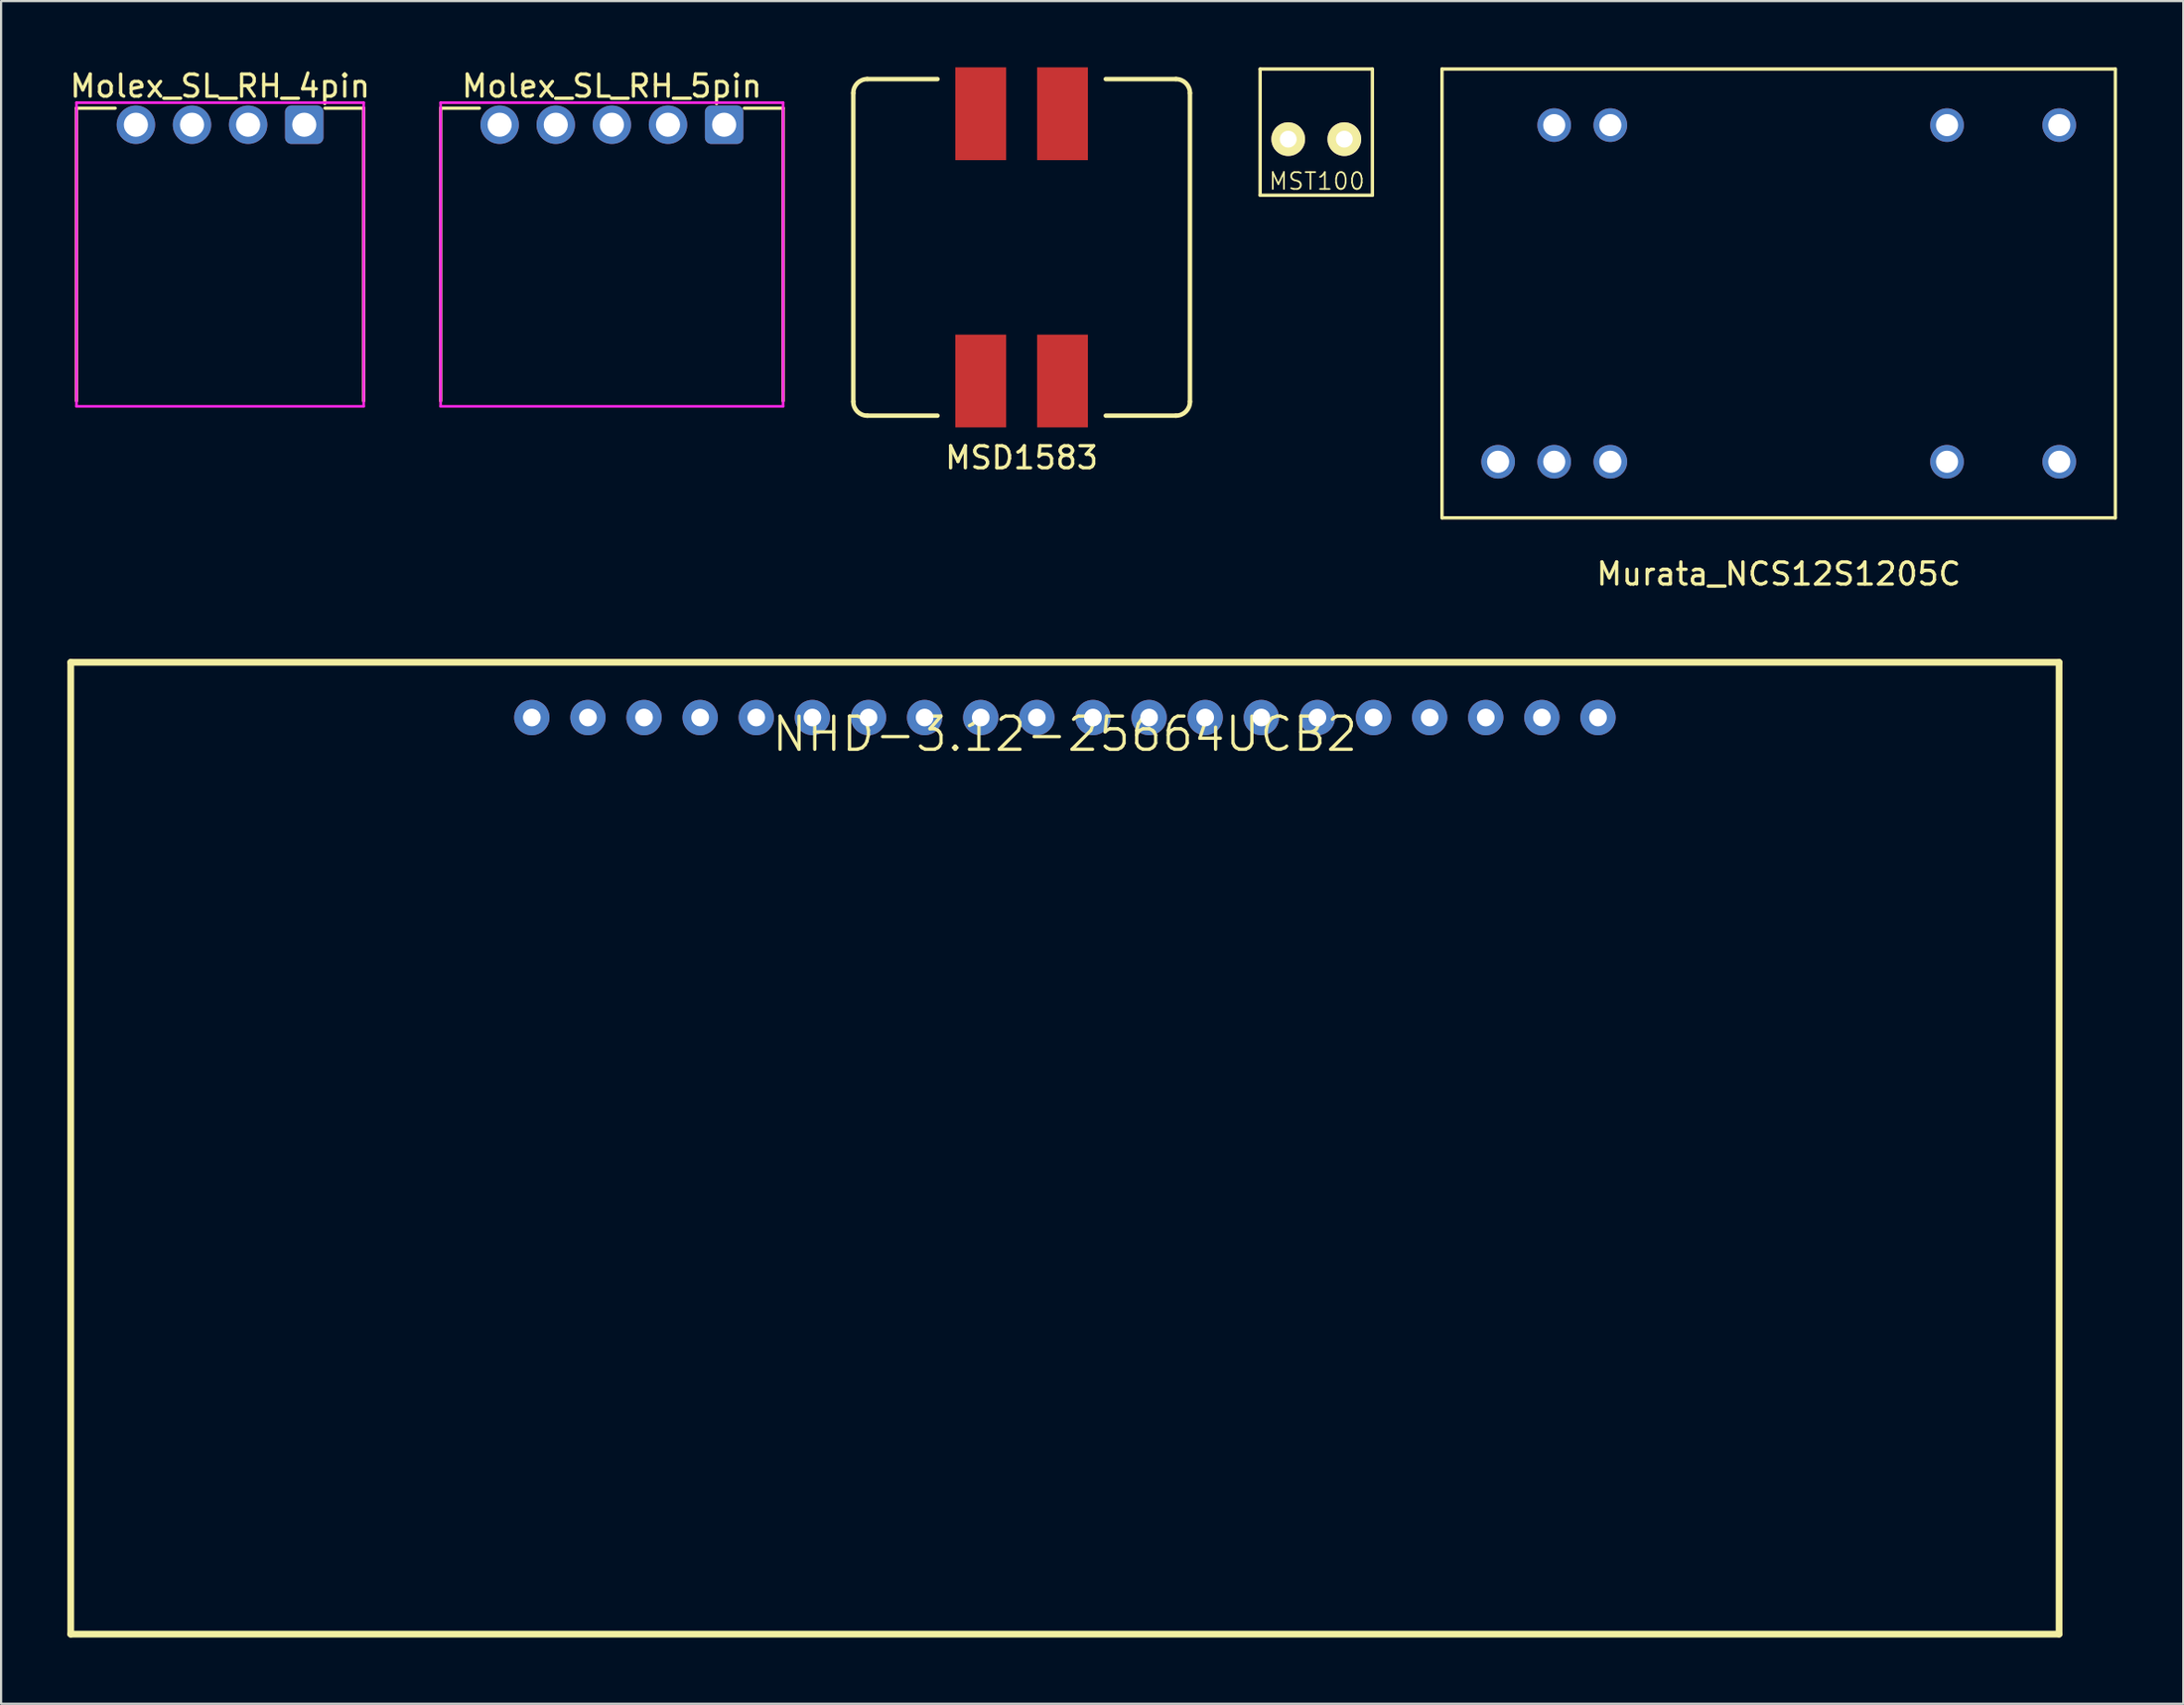
<source format=kicad_pcb>
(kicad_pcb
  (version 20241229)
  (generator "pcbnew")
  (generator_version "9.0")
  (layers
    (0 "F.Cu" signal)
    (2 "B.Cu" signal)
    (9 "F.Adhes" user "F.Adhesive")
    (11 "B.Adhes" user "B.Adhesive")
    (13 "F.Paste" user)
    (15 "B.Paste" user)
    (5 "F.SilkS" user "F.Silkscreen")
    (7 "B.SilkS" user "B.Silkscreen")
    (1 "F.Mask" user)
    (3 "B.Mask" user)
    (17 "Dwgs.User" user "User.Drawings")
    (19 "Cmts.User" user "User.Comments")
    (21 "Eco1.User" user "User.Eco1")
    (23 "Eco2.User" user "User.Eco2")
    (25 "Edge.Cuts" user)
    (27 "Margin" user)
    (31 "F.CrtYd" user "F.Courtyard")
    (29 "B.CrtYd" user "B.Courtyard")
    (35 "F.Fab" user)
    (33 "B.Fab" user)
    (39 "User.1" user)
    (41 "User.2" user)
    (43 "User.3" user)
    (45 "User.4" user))
  (footprint "Murata_NCS12S1205C"
    (layer "F.Cu")
    (at 77.46 10.235)
    (property "Reference" "Murata_NCS12S1205C" (at 0 12.7 0) (layer "F.SilkS") (effects (font (size 1 1) (thickness 0.15))))
    (attr through_hole)
    (fp_line (start -15.24 -10.16) (end -15.24 10.16) (stroke (width 0.15) (type solid)) (layer "F.SilkS"))
    (fp_line (start -15.24 10.16) (end 15.24 10.16) (stroke (width 0.15) (type solid)) (layer "F.SilkS"))
    (fp_line (start 15.24 -10.16) (end -15.24 -10.16) (stroke (width 0.15) (type solid)) (layer "F.SilkS"))
    (fp_line (start 15.24 10.16) (end 15.24 -10.16) (stroke (width 0.15) (type solid)) (layer "F.SilkS"))
    (pad "1" thru_hole circle (at -12.7 7.62) (size 1.524 1.524) (drill 1) (layers "*.Cu" "*.Mask"))
    (pad "2" thru_hole circle (at -10.16 7.62) (size 1.524 1.524) (drill 1) (layers "*.Cu" "*.Mask"))
    (pad "3" thru_hole circle (at -7.62 7.62) (size 1.524 1.524) (drill 1) (layers "*.Cu" "*.Mask"))
    (pad "9" thru_hole circle (at 7.62 7.62) (size 1.524 1.524) (drill 1) (layers "*.Cu" "*.Mask"))
    (pad "11" thru_hole circle (at 12.7 7.62) (size 1.524 1.524) (drill 1) (layers "*.Cu" "*.Mask"))
    (pad "14" thru_hole circle (at 12.7 -7.62) (size 1.524 1.524) (drill 1) (layers "*.Cu" "*.Mask"))
    (pad "16" thru_hole circle (at 7.62 -7.62) (size 1.524 1.524) (drill 1) (layers "*.Cu" "*.Mask"))
    (pad "22" thru_hole circle (at -7.62 -7.62) (size 1.524 1.524) (drill 1) (layers "*.Cu" "*.Mask"))
    (pad "23" thru_hole circle (at -10.16 -7.62) (size 1.524 1.524) (drill 1) (layers "*.Cu" "*.Mask")))
  (footprint "MSD1583"
    (layer "F.Cu")
    (at 43.193 8.15)
    (property "Reference" "MSD1583" (at 0 9.525 0) (layer "F.SilkS") (effects (font (size 1 1) (thickness 0.15))))
    (attr through_hole)
    (fp_line (start -7.62 -6.985) (end -7.62 6.985) (stroke (width 0.203) (type solid)) (layer "F.SilkS"))
    (fp_line (start -6.985 7.62) (end -3.81 7.62) (stroke (width 0.203) (type solid)) (layer "F.SilkS"))
    (fp_line (start -3.81 -7.62) (end -6.985 -7.62) (stroke (width 0.203) (type solid)) (layer "F.SilkS"))
    (fp_line (start 3.81 7.62) (end 6.985 7.62) (stroke (width 0.203) (type solid)) (layer "F.SilkS"))
    (fp_line (start 6.985 -7.62) (end 3.81 -7.62) (stroke (width 0.203) (type solid)) (layer "F.SilkS"))
    (fp_line (start 7.62 -6.985) (end 7.62 6.985) (stroke (width 0.203) (type solid)) (layer "F.SilkS"))
    (fp_arc (start -7.62 -6.985) (mid -7.434013 -7.434013) (end -6.985 -7.62) (stroke (width 0.2032) (type solid)) (layer "F.SilkS"))
    (fp_arc (start -6.985 7.62) (mid -7.434013 7.434013) (end -7.62 6.985) (stroke (width 0.2032) (type solid)) (layer "F.SilkS"))
    (fp_arc (start 6.985 -7.62) (mid 7.434013 -7.434013) (end 7.62 -6.985) (stroke (width 0.2032) (type solid)) (layer "F.SilkS"))
    (fp_arc (start 7.62 6.985) (mid 7.434013 7.434013) (end 6.985 7.62) (stroke (width 0.2032) (type solid)) (layer "F.SilkS"))
    (pad "1" smd rect (at 1.85 -6.05) (size 2.3 4.2) (layers "F.Cu" "F.Mask" "F.Paste"))
    (pad "2" smd rect (at -1.85 -6.05) (size 2.3 4.2) (layers "F.Cu" "F.Mask" "F.Paste"))
    (pad "3" smd rect (at -1.85 6.05) (size 2.3 4.2) (layers "F.Cu" "F.Mask" "F.Paste"))
    (pad "4" smd rect (at 1.85 6.05) (size 2.3 4.2) (layers "F.Cu" "F.Mask" "F.Paste")))
  (footprint "MST100"
    (layer "F.Cu")
    (at 56.53 3.25)
    (property "Reference" "MST100" (at 0.025 1.905 0) (layer "F.SilkS") (effects (font (size 0.762 0.762) (thickness 0.076))))
    (attr through_hole)
    (fp_line (start -2.54 -3.175) (end 2.54 -3.175) (stroke (width 0.15) (type solid)) (layer "F.SilkS"))
    (fp_line (start -2.54 2.54) (end -2.54 -3.175) (stroke (width 0.15) (type solid)) (layer "F.SilkS"))
    (fp_line (start 2.54 -3.175) (end 2.54 2.54) (stroke (width 0.15) (type solid)) (layer "F.SilkS"))
    (fp_line (start 2.54 2.54) (end -2.54 2.54) (stroke (width 0.15) (type solid)) (layer "F.SilkS"))
    (pad "1" thru_hole circle (at 1.27 0) (size 1.524 1.524) (drill 0.762) (layers "*.Cu" "*.Mask" "F.SilkS"))
    (pad "2" thru_hole circle (at -1.27 0) (size 1.524 1.524) (drill 0.762) (layers "*.Cu" "*.Mask" "F.SilkS")))
  (footprint "Molex_SL_RH_5pin"
    (layer "F.Cu")
    (at 24.646 2.598)
    (property "Reference" "Molex_SL_RH_5pin" (at 0 -1.75 0) (layer "F.SilkS") (effects (font (size 1 1) (thickness 0.15))))
    (attr through_hole)
    (fp_line (start -7.75 -0.75) (end -7.75 12.5) (stroke (width 0.15) (type solid)) (layer "F.SilkS"))
    (fp_line (start -6 -0.75) (end -7.75 -0.75) (stroke (width 0.15) (type solid)) (layer "F.SilkS"))
    (fp_line (start 6 -0.75) (end 7.75 -0.75) (stroke (width 0.15) (type solid)) (layer "F.SilkS"))
    (fp_line (start 7.75 -0.75) (end 7.75 12.5) (stroke (width 0.15) (type solid)) (layer "F.SilkS"))
    (fp_line (start -7.75 -1) (end -7.75 12.75) (stroke (width 0.12) (type solid)) (layer "F.CrtYd"))
    (fp_line (start -7.75 12.75) (end 7.75 12.75) (stroke (width 0.12) (type solid)) (layer "F.CrtYd"))
    (fp_line (start 7.75 -1) (end -7.75 -1) (stroke (width 0.12) (type solid)) (layer "F.CrtYd"))
    (fp_line (start 7.75 12.75) (end 7.75 -1) (stroke (width 0.12) (type solid)) (layer "F.CrtYd"))
    (pad "1" thru_hole roundrect (at 5.08 0) (size 1.74 1.74) (drill 1.09) (layers "*.Cu" "*.Mask") (roundrect_rratio 0.164))
    (pad "2" thru_hole circle (at 2.54 0) (size 1.74 1.74) (drill 1.09) (layers "*.Cu" "*.Mask"))
    (pad "3" thru_hole circle (at 0 0) (size 1.74 1.74) (drill 1.09) (layers "*.Cu" "*.Mask"))
    (pad "4" thru_hole circle (at -2.54 0) (size 1.74 1.74) (drill 1.09) (layers "*.Cu" "*.Mask"))
    (pad "5" thru_hole circle (at -5.08 0) (size 1.74 1.74) (drill 1.09) (layers "*.Cu" "*.Mask")))
  (footprint "NHD-3.12-25664UCB2"
    (layer "F.Cu")
    (at 45.152 29.436)
    (property "Reference" "NHD-3.12-25664UCB2" (at 0 0.75 0) (layer "F.SilkS") (effects (font (size 1.5 1.5) (thickness 0.15))))
    (attr through_hole)
    (fp_line (start -45 -2.5) (end 45 -2.5) (stroke (width 0.305) (type solid)) (layer "F.SilkS"))
    (fp_line (start -45 41.5) (end -45 -2.5) (stroke (width 0.305) (type solid)) (layer "F.SilkS"))
    (fp_line (start 45 -2.5) (end 45 41.5) (stroke (width 0.305) (type solid)) (layer "F.SilkS"))
    (fp_line (start 45 41.5) (end -45 41.5) (stroke (width 0.305) (type solid)) (layer "F.SilkS"))
    (pad "1" thru_hole circle (at 24.13 0) (size 1.6 1.6) (drill 0.8) (layers "*.Cu" "*.Mask"))
    (pad "2" thru_hole circle (at 21.59 0) (size 1.6 1.6) (drill 0.8) (layers "*.Cu" "*.Mask"))
    (pad "3" thru_hole circle (at 19.05 0) (size 1.6 1.6) (drill 0.8) (layers "*.Cu" "*.Mask"))
    (pad "4" thru_hole circle (at 16.51 0) (size 1.6 1.6) (drill 0.8) (layers "*.Cu" "*.Mask"))
    (pad "5" thru_hole circle (at 13.97 0) (size 1.6 1.6) (drill 0.8) (layers "*.Cu" "*.Mask"))
    (pad "6" thru_hole circle (at 11.43 0) (size 1.6 1.6) (drill 0.8) (layers "*.Cu" "*.Mask"))
    (pad "7" thru_hole circle (at 8.89 0) (size 1.6 1.6) (drill 0.8) (layers "*.Cu" "*.Mask"))
    (pad "8" thru_hole circle (at 6.35 0) (size 1.6 1.6) (drill 0.8) (layers "*.Cu" "*.Mask"))
    (pad "9" thru_hole circle (at 3.81 0) (size 1.6 1.6) (drill 0.8) (layers "*.Cu" "*.Mask"))
    (pad "10" thru_hole circle (at 1.27 0) (size 1.6 1.6) (drill 0.8) (layers "*.Cu" "*.Mask"))
    (pad "11" thru_hole circle (at -1.27 0) (size 1.6 1.6) (drill 0.8) (layers "*.Cu" "*.Mask"))
    (pad "12" thru_hole circle (at -3.81 0) (size 1.6 1.6) (drill 0.8) (layers "*.Cu" "*.Mask"))
    (pad "13" thru_hole circle (at -6.35 0) (size 1.6 1.6) (drill 0.8) (layers "*.Cu" "*.Mask"))
    (pad "14" thru_hole circle (at -8.89 0) (size 1.6 1.6) (drill 0.8) (layers "*.Cu" "*.Mask"))
    (pad "15" thru_hole circle (at -11.43 0) (size 1.6 1.6) (drill 0.8) (layers "*.Cu" "*.Mask"))
    (pad "16" thru_hole circle (at -13.97 0) (size 1.6 1.6) (drill 0.8) (layers "*.Cu" "*.Mask"))
    (pad "17" thru_hole circle (at -16.51 0) (size 1.6 1.6) (drill 0.8) (layers "*.Cu" "*.Mask"))
    (pad "18" thru_hole circle (at -19.05 0) (size 1.6 1.6) (drill 0.8) (layers "*.Cu" "*.Mask"))
    (pad "19" thru_hole circle (at -21.59 0) (size 1.6 1.6) (drill 0.8) (layers "*.Cu" "*.Mask"))
    (pad "20" thru_hole circle (at -24.13 0) (size 1.6 1.6) (drill 0.8) (layers "*.Cu" "*.Mask")))
  (footprint "Molex_SL_RH_4pin"
    (layer "F.Cu")
    (at 6.911 2.598)
    (property "Reference" "Molex_SL_RH_4pin" (at 0 -1.75 0) (layer "F.SilkS") (effects (font (size 1 1) (thickness 0.15))))
    (attr through_hole)
    (fp_line (start -6.5 -0.75) (end -6.5 12.5) (stroke (width 0.15) (type solid)) (layer "F.SilkS"))
    (fp_line (start -4.75 -0.75) (end -6.5 -0.75) (stroke (width 0.15) (type solid)) (layer "F.SilkS"))
    (fp_line (start 4.75 -0.75) (end 6.5 -0.75) (stroke (width 0.15) (type solid)) (layer "F.SilkS"))
    (fp_line (start 6.5 -0.75) (end 6.5 12.5) (stroke (width 0.15) (type solid)) (layer "F.SilkS"))
    (fp_line (start -6.5 -1) (end -6.5 12.75) (stroke (width 0.12) (type solid)) (layer "F.CrtYd"))
    (fp_line (start -6.5 12.75) (end 6.5 12.75) (stroke (width 0.12) (type solid)) (layer "F.CrtYd"))
    (fp_line (start 6.5 -1) (end -6.5 -1) (stroke (width 0.12) (type solid)) (layer "F.CrtYd"))
    (fp_line (start 6.5 12.75) (end 6.5 -1) (stroke (width 0.12) (type solid)) (layer "F.CrtYd"))
    (pad "1" thru_hole roundrect (at 3.81 0) (size 1.74 1.74) (drill 1.09) (layers "*.Cu" "*.Mask") (roundrect_rratio 0.164))
    (pad "2" thru_hole circle (at 1.27 0) (size 1.74 1.74) (drill 1.09) (layers "*.Cu" "*.Mask"))
    (pad "3" thru_hole circle (at -1.27 0) (size 1.74 1.74) (drill 1.09) (layers "*.Cu" "*.Mask"))
    (pad "4" thru_hole circle (at -3.81 0) (size 1.74 1.74) (drill 1.09) (layers "*.Cu" "*.Mask")))
  (gr_rect
    (start -3 -3)
    (end 95.775 74.088)
    (stroke (width 0.1) (type default))
    (fill no)
    (layer "Edge.Cuts")))
</source>
